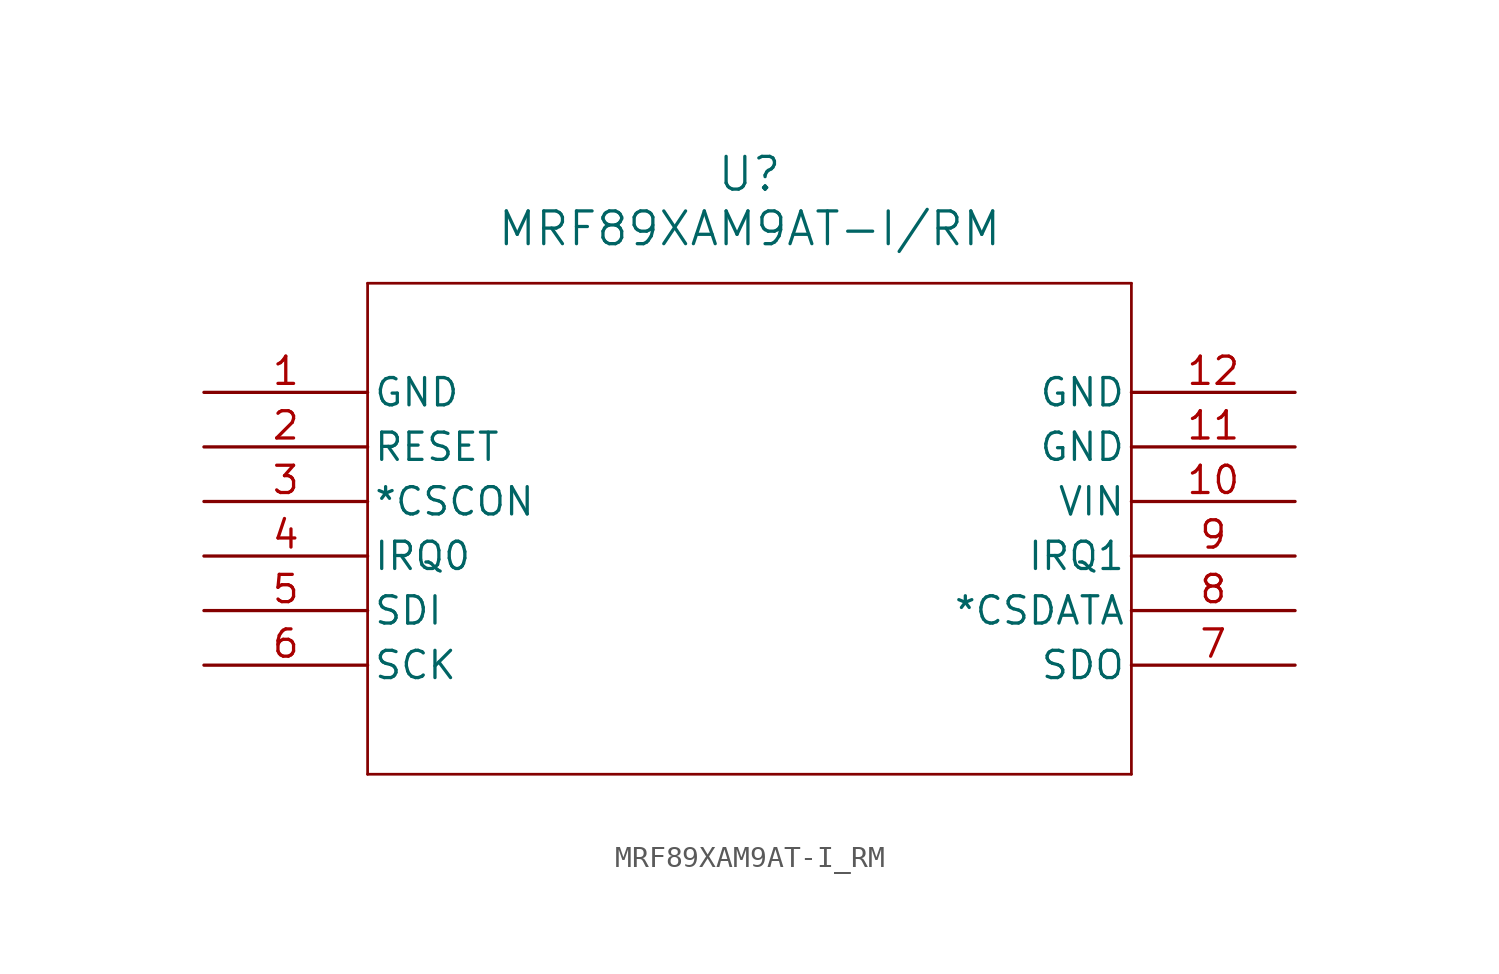
<source format=kicad_sym>
(kicad_symbol_lib
  (version 20241209)
  (generator "kicad_symbol_editor")
  (generator_version "9.0")
  (symbol "MRF89XAM9AT-I_RM"
    (pin_names
      (offset 0.254))
    (property "Reference" "U"
      (at 25.4 10.16 0)
      (effects (font (size 1.524 1.524))))
    (property "Value" "MRF89XAM9AT-I/RM"
      (at 25.4 7.62 0)
      (effects (font (size 1.524 1.524))))
    (property "ki_locked" ""
      (at 0 0 0)
      (effects (font (size 1.27 1.27))))
    (symbol "MRF89XAM9AT-I_RM_0_1"
      (polyline (pts (xy 7.62 5.08) (xy 7.62 -17.78)) (stroke (width 0.127) (type default)) (fill (type none)))
      (polyline (pts (xy 7.62 -17.78) (xy 43.18 -17.78)) (stroke (width 0.127) (type default)) (fill (type none)))
      (polyline (pts (xy 43.18 5.08) (xy 7.62 5.08)) (stroke (width 0.127) (type default)) (fill (type none)))
      (polyline (pts (xy 43.18 -17.78) (xy 43.18 5.08)) (stroke (width 0.127) (type default)) (fill (type none)))
      (pin power_out line (at 0 0 0) (length 7.62) (name "GND" (effects (font (size 1.27 1.27)))) (number "1" (effects (font (size 1.27 1.27)))))
      (pin input line (at 0 -2.54 0) (length 7.62) (name "RESET" (effects (font (size 1.27 1.27)))) (number "2" (effects (font (size 1.27 1.27)))))
      (pin input line (at 0 -5.08 0) (length 7.62) (name "*CSCON" (effects (font (size 1.27 1.27)))) (number "3" (effects (font (size 1.27 1.27)))))
      (pin input line (at 0 -10.16 0) (length 7.62) (name "SDI" (effects (font (size 1.27 1.27)))) (number "5" (effects (font (size 1.27 1.27)))))
      (pin input line (at 0 -12.7 0) (length 7.62) (name "SCK" (effects (font (size 1.27 1.27)))) (number "6" (effects (font (size 1.27 1.27)))))
      (pin power_out line (at 50.8 0 180) (length 7.62) (name "GND" (effects (font (size 1.27 1.27)))) (number "12" (effects (font (size 1.27 1.27)))))
      (pin power_out line (at 50.8 -2.54 180) (length 7.62) (name "GND" (effects (font (size 1.27 1.27)))) (number "11" (effects (font (size 1.27 1.27)))))
      (pin power_in line (at 50.8 -5.08 180) (length 7.62) (name "VIN" (effects (font (size 1.27 1.27)))) (number "10" (effects (font (size 1.27 1.27)))))
      (pin output line (at 50.8 -7.62 180) (length 7.62) (name "IRQ1" (effects (font (size 1.27 1.27)))) (number "9" (effects (font (size 1.27 1.27)))))
      (pin input line (at 50.8 -10.16 180) (length 7.62) (name "*CSDATA" (effects (font (size 1.27 1.27)))) (number "8" (effects (font (size 1.27 1.27)))))
      (pin output line (at 50.8 -12.7 180) (length 7.62) (name "SDO" (effects (font (size 1.27 1.27)))) (number "7" (effects (font (size 1.27 1.27))))))
    (symbol "MRF89XAM9AT-I_RM_1_1"
      (pin input line (at 0 -7.62 0) (length 7.62) (name "IRQ0" (effects (font (size 1.27 1.27)))) (number "4" (effects (font (size 1.27 1.27))))))))
</source>
